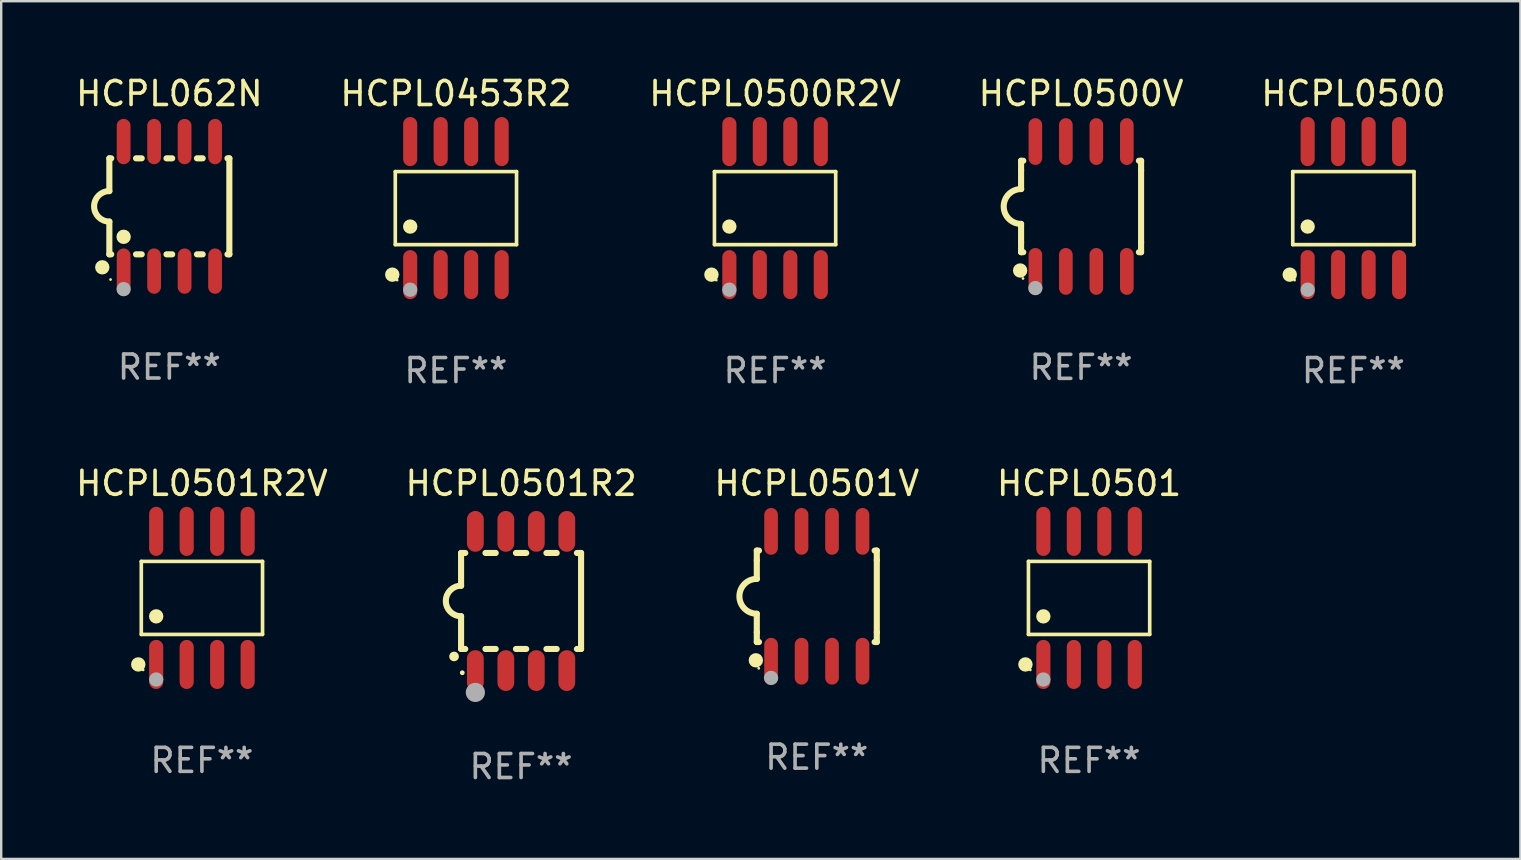
<source format=kicad_pcb>
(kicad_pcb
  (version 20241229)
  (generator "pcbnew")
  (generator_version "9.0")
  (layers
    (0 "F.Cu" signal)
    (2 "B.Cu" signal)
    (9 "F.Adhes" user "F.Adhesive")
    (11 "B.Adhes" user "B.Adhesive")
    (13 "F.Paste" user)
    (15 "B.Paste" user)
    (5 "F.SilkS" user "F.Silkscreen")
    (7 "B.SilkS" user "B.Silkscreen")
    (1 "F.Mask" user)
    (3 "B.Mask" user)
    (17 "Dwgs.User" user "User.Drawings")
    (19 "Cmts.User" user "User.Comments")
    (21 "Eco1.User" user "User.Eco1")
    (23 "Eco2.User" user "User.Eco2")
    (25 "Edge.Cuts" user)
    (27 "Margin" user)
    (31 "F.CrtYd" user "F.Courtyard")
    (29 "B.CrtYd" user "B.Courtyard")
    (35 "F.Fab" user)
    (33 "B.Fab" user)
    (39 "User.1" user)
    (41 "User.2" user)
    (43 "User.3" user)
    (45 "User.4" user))
  (footprint "HCPL062N"
    (layer "F.Cu")
    (at 4.006 5.547)
    (property "Reference" "HCPL062N" (at 0 -4.699 0) (layer "F.SilkS") (effects (font (size 1 1) (thickness 0.15))))
    (attr through_hole)
    (fp_line (start -2.5 -2) (end -2.5 -0.635) (stroke (width 0.254) (type solid)) (layer "F.SilkS"))
    (fp_line (start -2.5 -2) (end -2.421 -2) (stroke (width 0.254) (type solid)) (layer "F.SilkS"))
    (fp_line (start -2.5 2) (end -2.5 0.635) (stroke (width 0.254) (type solid)) (layer "F.SilkS"))
    (fp_line (start -2.5 2) (end -2.421 2) (stroke (width 0.254) (type solid)) (layer "F.SilkS"))
    (fp_line (start -1.389 -2) (end -1.151 -2) (stroke (width 0.254) (type solid)) (layer "F.SilkS"))
    (fp_line (start -1.389 2) (end -1.151 2) (stroke (width 0.254) (type solid)) (layer "F.SilkS"))
    (fp_line (start -0.119 -2) (end 0.119 -2) (stroke (width 0.254) (type solid)) (layer "F.SilkS"))
    (fp_line (start -0.119 2) (end 0.119 2) (stroke (width 0.254) (type solid)) (layer "F.SilkS"))
    (fp_line (start 1.151 -2) (end 1.389 -2) (stroke (width 0.254) (type solid)) (layer "F.SilkS"))
    (fp_line (start 1.151 2) (end 1.389 2) (stroke (width 0.254) (type solid)) (layer "F.SilkS"))
    (fp_line (start 2.421 -2) (end 2.5 -2) (stroke (width 0.254) (type solid)) (layer "F.SilkS"))
    (fp_line (start 2.421 2) (end 2.5 2) (stroke (width 0.254) (type solid)) (layer "F.SilkS"))
    (fp_line (start 2.5 -2) (end 2.5 2) (stroke (width 0.254) (type solid)) (layer "F.SilkS"))
    (fp_arc (start -2.5 0.635001) (mid -3.134366 -0.000318) (end -2.499365 -0.635001) (stroke (width 0.254001) (type solid)) (layer "F.SilkS"))
    (fp_circle (center -2.794 2.54) (end -2.644 2.54) (stroke (width 0.3) (type solid)) (fill no) (layer "F.SilkS"))
    (fp_circle (center -2.45 3.05) (end -2.42 3.05) (stroke (width 0.06) (type solid)) (fill no) (layer "F.SilkS"))
    (fp_circle (center -1.905 1.27) (end -1.755 1.27) (stroke (width 0.3) (type solid)) (fill no) (layer "F.SilkS"))
    (fp_circle (center -1.905 3.45) (end -1.755 3.45) (stroke (width 0.3) (type solid)) (fill no) (layer "F.Fab"))
    (fp_text user "REF**" (at 0 6.699 0) (layer "F.Fab") (effects (font (size 1 1) (thickness 0.15))))
    (pad "1" smd oval (at -1.905 2.699) (size 0.574 1.888) (layers "F.Cu" "F.Mask" "F.Paste"))
    (pad "2" smd oval (at -0.635 2.699) (size 0.574 1.888) (layers "F.Cu" "F.Mask" "F.Paste"))
    (pad "3" smd oval (at 0.635 2.699) (size 0.574 1.888) (layers "F.Cu" "F.Mask" "F.Paste"))
    (pad "4" smd oval (at 1.905 2.699) (size 0.574 1.888) (layers "F.Cu" "F.Mask" "F.Paste"))
    (pad "5" smd oval (at 1.905 -2.699) (size 0.574 1.888) (layers "F.Cu" "F.Mask" "F.Paste"))
    (pad "6" smd oval (at 0.635 -2.699) (size 0.574 1.888) (layers "F.Cu" "F.Mask" "F.Paste"))
    (pad "7" smd oval (at -0.635 -2.699) (size 0.574 1.888) (layers "F.Cu" "F.Mask" "F.Paste"))
    (pad "8" smd oval (at -1.905 -2.699) (size 0.574 1.888) (layers "F.Cu" "F.Mask" "F.Paste")))
  (footprint "HCPL0500V"
    (layer "F.Cu")
    (at 41.994 5.553)
    (property "Reference" "HCPL0500V" (at 0 -4.705 0) (layer "F.SilkS") (effects (font (size 1 1) (thickness 0.15))))
    (attr through_hole)
    (fp_line (start -2.5 -1.905) (end -2.409 -1.905) (stroke (width 0.254) (type solid)) (layer "F.SilkS"))
    (fp_line (start -2.5 -1.5) (end -2.5 -1.905) (stroke (width 0.254) (type solid)) (layer "F.SilkS"))
    (fp_line (start -2.5 -1.5) (end -2.5 -0.726) (stroke (width 0.254) (type solid)) (layer "F.SilkS"))
    (fp_line (start -2.5 1.5) (end -2.5 0.727) (stroke (width 0.254) (type solid)) (layer "F.SilkS"))
    (fp_line (start -2.5 1.5) (end -2.5 1.905) (stroke (width 0.254) (type solid)) (layer "F.SilkS"))
    (fp_line (start -2.5 1.905) (end -2.409 1.905) (stroke (width 0.254) (type solid)) (layer "F.SilkS"))
    (fp_line (start 2.5 -1.905) (end 2.409 -1.905) (stroke (width 0.254) (type solid)) (layer "F.SilkS"))
    (fp_line (start 2.5 -1.5) (end 2.5 -1.905) (stroke (width 0.254) (type solid)) (layer "F.SilkS"))
    (fp_line (start 2.5 -1.5) (end 2.5 1.5) (stroke (width 0.254) (type solid)) (layer "F.SilkS"))
    (fp_line (start 2.5 1.5) (end 2.5 1.905) (stroke (width 0.254) (type solid)) (layer "F.SilkS"))
    (fp_line (start 2.5 1.905) (end 2.409 1.905) (stroke (width 0.254) (type solid)) (layer "F.SilkS"))
    (fp_arc (start -2.5 0.726568) (mid -3.220316 -0.0023) (end -2.495097 -0.726289) (stroke (width 0.254001) (type solid)) (layer "F.SilkS"))
    (fp_circle (center -2.54 2.667) (end -2.39 2.667) (stroke (width 0.3) (type solid)) (fill no) (layer "F.SilkS"))
    (fp_circle (center -2.42 3) (end -2.39 3) (stroke (width 0.06) (type solid)) (fill no) (layer "F.SilkS"))
    (fp_circle (center -1.905 3.4) (end -1.755 3.4) (stroke (width 0.3) (type solid)) (fill no) (layer "F.Fab"))
    (fp_text user "REF**" (at 0 6.705 0) (layer "F.Fab") (effects (font (size 1 1) (thickness 0.15))))
    (pad "1" smd oval (at -1.905 2.705) (size 0.568 1.95) (layers "F.Cu" "F.Mask" "F.Paste"))
    (pad "2" smd oval (at -0.635 2.705) (size 0.568 1.95) (layers "F.Cu" "F.Mask" "F.Paste"))
    (pad "3" smd oval (at 0.635 2.705) (size 0.568 1.95) (layers "F.Cu" "F.Mask" "F.Paste"))
    (pad "4" smd oval (at 1.905 2.705) (size 0.568 1.95) (layers "F.Cu" "F.Mask" "F.Paste"))
    (pad "5" smd oval (at 1.905 -2.705) (size 0.568 1.95) (layers "F.Cu" "F.Mask" "F.Paste"))
    (pad "6" smd oval (at 0.635 -2.705) (size 0.568 1.95) (layers "F.Cu" "F.Mask" "F.Paste"))
    (pad "7" smd oval (at -0.635 -2.705) (size 0.568 1.95) (layers "F.Cu" "F.Mask" "F.Paste"))
    (pad "8" smd oval (at -1.905 -2.705) (size 0.568 1.95) (layers "F.Cu" "F.Mask" "F.Paste")))
  (footprint "HCPL0500"
    (layer "F.Cu")
    (at 53.339 5.621)
    (property "Reference" "HCPL0500" (at 0 -4.772 0) (layer "F.SilkS") (effects (font (size 1 1) (thickness 0.15))))
    (attr through_hole)
    (fp_line (start -2.526 -1.521) (end 2.526 -1.521) (stroke (width 0.152) (type solid)) (layer "F.SilkS"))
    (fp_line (start -2.526 1.521) (end -2.526 -1.521) (stroke (width 0.152) (type solid)) (layer "F.SilkS"))
    (fp_line (start 2.526 -1.521) (end 2.526 1.521) (stroke (width 0.152) (type solid)) (layer "F.SilkS"))
    (fp_line (start 2.526 1.521) (end -2.526 1.521) (stroke (width 0.152) (type solid)) (layer "F.SilkS"))
    (fp_circle (center -2.652 2.772) (end -2.501 2.772) (stroke (width 0.3) (type solid)) (fill no) (layer "F.SilkS"))
    (fp_circle (center -2.45 3) (end -2.42 3) (stroke (width 0.06) (type solid)) (fill no) (layer "F.SilkS"))
    (fp_circle (center -1.905 0.769) (end -1.755 0.769) (stroke (width 0.3) (type solid)) (fill no) (layer "F.SilkS"))
    (fp_circle (center -1.905 3.4) (end -1.755 3.4) (stroke (width 0.3) (type solid)) (fill no) (layer "F.Fab"))
    (fp_text user "REF**" (at 0 6.772 0) (layer "F.Fab") (effects (font (size 1 1) (thickness 0.15))))
    (pad "1" smd oval (at -1.905 2.772) (size 0.588 2.045) (layers "F.Cu" "F.Mask" "F.Paste"))
    (pad "2" smd oval (at -0.635 2.772) (size 0.588 2.045) (layers "F.Cu" "F.Mask" "F.Paste"))
    (pad "3" smd oval (at 0.635 2.772) (size 0.588 2.045) (layers "F.Cu" "F.Mask" "F.Paste"))
    (pad "4" smd oval (at 1.905 2.772) (size 0.588 2.045) (layers "F.Cu" "F.Mask" "F.Paste"))
    (pad "5" smd oval (at 1.905 -2.772) (size 0.588 2.045) (layers "F.Cu" "F.Mask" "F.Paste"))
    (pad "6" smd oval (at 0.635 -2.772) (size 0.588 2.045) (layers "F.Cu" "F.Mask" "F.Paste"))
    (pad "7" smd oval (at -0.635 -2.772) (size 0.588 2.045) (layers "F.Cu" "F.Mask" "F.Paste"))
    (pad "8" smd oval (at -1.905 -2.772) (size 0.588 2.045) (layers "F.Cu" "F.Mask" "F.Paste")))
  (footprint "HCPL0501V"
    (layer "F.Cu")
    (at 30.982 21.795)
    (property "Reference" "HCPL0501V" (at 0 -4.705 0) (layer "F.SilkS") (effects (font (size 1 1) (thickness 0.15))))
    (attr through_hole)
    (fp_line (start -2.5 -1.905) (end -2.409 -1.905) (stroke (width 0.254) (type solid)) (layer "F.SilkS"))
    (fp_line (start -2.5 -1.5) (end -2.5 -1.905) (stroke (width 0.254) (type solid)) (layer "F.SilkS"))
    (fp_line (start -2.5 -1.5) (end -2.5 -0.726) (stroke (width 0.254) (type solid)) (layer "F.SilkS"))
    (fp_line (start -2.5 1.5) (end -2.5 0.727) (stroke (width 0.254) (type solid)) (layer "F.SilkS"))
    (fp_line (start -2.5 1.5) (end -2.5 1.905) (stroke (width 0.254) (type solid)) (layer "F.SilkS"))
    (fp_line (start -2.5 1.905) (end -2.409 1.905) (stroke (width 0.254) (type solid)) (layer "F.SilkS"))
    (fp_line (start 2.5 -1.905) (end 2.409 -1.905) (stroke (width 0.254) (type solid)) (layer "F.SilkS"))
    (fp_line (start 2.5 -1.5) (end 2.5 -1.905) (stroke (width 0.254) (type solid)) (layer "F.SilkS"))
    (fp_line (start 2.5 -1.5) (end 2.5 1.5) (stroke (width 0.254) (type solid)) (layer "F.SilkS"))
    (fp_line (start 2.5 1.5) (end 2.5 1.905) (stroke (width 0.254) (type solid)) (layer "F.SilkS"))
    (fp_line (start 2.5 1.905) (end 2.409 1.905) (stroke (width 0.254) (type solid)) (layer "F.SilkS"))
    (fp_arc (start -2.5 0.726568) (mid -3.220316 -0.0023) (end -2.495097 -0.726289) (stroke (width 0.254001) (type solid)) (layer "F.SilkS"))
    (fp_circle (center -2.54 2.667) (end -2.39 2.667) (stroke (width 0.3) (type solid)) (fill no) (layer "F.SilkS"))
    (fp_circle (center -2.42 3) (end -2.39 3) (stroke (width 0.06) (type solid)) (fill no) (layer "F.SilkS"))
    (fp_circle (center -1.905 3.4) (end -1.755 3.4) (stroke (width 0.3) (type solid)) (fill no) (layer "F.Fab"))
    (fp_text user "REF**" (at 0 6.705 0) (layer "F.Fab") (effects (font (size 1 1) (thickness 0.15))))
    (pad "1" smd oval (at -1.905 2.705) (size 0.568 1.95) (layers "F.Cu" "F.Mask" "F.Paste"))
    (pad "2" smd oval (at -0.635 2.705) (size 0.568 1.95) (layers "F.Cu" "F.Mask" "F.Paste"))
    (pad "3" smd oval (at 0.635 2.705) (size 0.568 1.95) (layers "F.Cu" "F.Mask" "F.Paste"))
    (pad "4" smd oval (at 1.905 2.705) (size 0.568 1.95) (layers "F.Cu" "F.Mask" "F.Paste"))
    (pad "5" smd oval (at 1.905 -2.705) (size 0.568 1.95) (layers "F.Cu" "F.Mask" "F.Paste"))
    (pad "6" smd oval (at 0.635 -2.705) (size 0.568 1.95) (layers "F.Cu" "F.Mask" "F.Paste"))
    (pad "7" smd oval (at -0.635 -2.705) (size 0.568 1.95) (layers "F.Cu" "F.Mask" "F.Paste"))
    (pad "8" smd oval (at -1.905 -2.705) (size 0.568 1.95) (layers "F.Cu" "F.Mask" "F.Paste")))
  (footprint "HCPL0501R2V"
    (layer "F.Cu")
    (at 5.363 21.862)
    (property "Reference" "HCPL0501R2V" (at 0 -4.772 0) (layer "F.SilkS") (effects (font (size 1 1) (thickness 0.15))))
    (attr through_hole)
    (fp_line (start -2.526 -1.521) (end 2.526 -1.521) (stroke (width 0.152) (type solid)) (layer "F.SilkS"))
    (fp_line (start -2.526 1.521) (end -2.526 -1.521) (stroke (width 0.152) (type solid)) (layer "F.SilkS"))
    (fp_line (start 2.526 -1.521) (end 2.526 1.521) (stroke (width 0.152) (type solid)) (layer "F.SilkS"))
    (fp_line (start 2.526 1.521) (end -2.526 1.521) (stroke (width 0.152) (type solid)) (layer "F.SilkS"))
    (fp_circle (center -2.652 2.772) (end -2.501 2.772) (stroke (width 0.3) (type solid)) (fill no) (layer "F.SilkS"))
    (fp_circle (center -2.45 3) (end -2.42 3) (stroke (width 0.06) (type solid)) (fill no) (layer "F.SilkS"))
    (fp_circle (center -1.905 0.769) (end -1.755 0.769) (stroke (width 0.3) (type solid)) (fill no) (layer "F.SilkS"))
    (fp_circle (center -1.905 3.4) (end -1.755 3.4) (stroke (width 0.3) (type solid)) (fill no) (layer "F.Fab"))
    (fp_text user "REF**" (at 0 6.772 0) (layer "F.Fab") (effects (font (size 1 1) (thickness 0.15))))
    (pad "1" smd oval (at -1.905 2.772) (size 0.588 2.045) (layers "F.Cu" "F.Mask" "F.Paste"))
    (pad "2" smd oval (at -0.635 2.772) (size 0.588 2.045) (layers "F.Cu" "F.Mask" "F.Paste"))
    (pad "3" smd oval (at 0.635 2.772) (size 0.588 2.045) (layers "F.Cu" "F.Mask" "F.Paste"))
    (pad "4" smd oval (at 1.905 2.772) (size 0.588 2.045) (layers "F.Cu" "F.Mask" "F.Paste"))
    (pad "5" smd oval (at 1.905 -2.772) (size 0.588 2.045) (layers "F.Cu" "F.Mask" "F.Paste"))
    (pad "6" smd oval (at 0.635 -2.772) (size 0.588 2.045) (layers "F.Cu" "F.Mask" "F.Paste"))
    (pad "7" smd oval (at -0.635 -2.772) (size 0.588 2.045) (layers "F.Cu" "F.Mask" "F.Paste"))
    (pad "8" smd oval (at -1.905 -2.772) (size 0.588 2.045) (layers "F.Cu" "F.Mask" "F.Paste")))
  (footprint "HCPL0500R2V"
    (layer "F.Cu")
    (at 29.244 5.621)
    (property "Reference" "HCPL0500R2V" (at 0 -4.772 0) (layer "F.SilkS") (effects (font (size 1 1) (thickness 0.15))))
    (attr through_hole)
    (fp_line (start -2.526 -1.521) (end 2.526 -1.521) (stroke (width 0.152) (type solid)) (layer "F.SilkS"))
    (fp_line (start -2.526 1.521) (end -2.526 -1.521) (stroke (width 0.152) (type solid)) (layer "F.SilkS"))
    (fp_line (start 2.526 -1.521) (end 2.526 1.521) (stroke (width 0.152) (type solid)) (layer "F.SilkS"))
    (fp_line (start 2.526 1.521) (end -2.526 1.521) (stroke (width 0.152) (type solid)) (layer "F.SilkS"))
    (fp_circle (center -2.652 2.772) (end -2.501 2.772) (stroke (width 0.3) (type solid)) (fill no) (layer "F.SilkS"))
    (fp_circle (center -2.45 3) (end -2.42 3) (stroke (width 0.06) (type solid)) (fill no) (layer "F.SilkS"))
    (fp_circle (center -1.905 0.769) (end -1.755 0.769) (stroke (width 0.3) (type solid)) (fill no) (layer "F.SilkS"))
    (fp_circle (center -1.905 3.4) (end -1.755 3.4) (stroke (width 0.3) (type solid)) (fill no) (layer "F.Fab"))
    (fp_text user "REF**" (at 0 6.772 0) (layer "F.Fab") (effects (font (size 1 1) (thickness 0.15))))
    (pad "1" smd oval (at -1.905 2.772) (size 0.588 2.045) (layers "F.Cu" "F.Mask" "F.Paste"))
    (pad "2" smd oval (at -0.635 2.772) (size 0.588 2.045) (layers "F.Cu" "F.Mask" "F.Paste"))
    (pad "3" smd oval (at 0.635 2.772) (size 0.588 2.045) (layers "F.Cu" "F.Mask" "F.Paste"))
    (pad "4" smd oval (at 1.905 2.772) (size 0.588 2.045) (layers "F.Cu" "F.Mask" "F.Paste"))
    (pad "5" smd oval (at 1.905 -2.772) (size 0.588 2.045) (layers "F.Cu" "F.Mask" "F.Paste"))
    (pad "6" smd oval (at 0.635 -2.772) (size 0.588 2.045) (layers "F.Cu" "F.Mask" "F.Paste"))
    (pad "7" smd oval (at -0.635 -2.772) (size 0.588 2.045) (layers "F.Cu" "F.Mask" "F.Paste"))
    (pad "8" smd oval (at -1.905 -2.772) (size 0.588 2.045) (layers "F.Cu" "F.Mask" "F.Paste")))
  (footprint "HCPL0501"
    (layer "F.Cu")
    (at 42.327 21.862)
    (property "Reference" "HCPL0501" (at 0 -4.772 0) (layer "F.SilkS") (effects (font (size 1 1) (thickness 0.15))))
    (attr through_hole)
    (fp_line (start -2.526 -1.521) (end 2.526 -1.521) (stroke (width 0.152) (type solid)) (layer "F.SilkS"))
    (fp_line (start -2.526 1.521) (end -2.526 -1.521) (stroke (width 0.152) (type solid)) (layer "F.SilkS"))
    (fp_line (start 2.526 -1.521) (end 2.526 1.521) (stroke (width 0.152) (type solid)) (layer "F.SilkS"))
    (fp_line (start 2.526 1.521) (end -2.526 1.521) (stroke (width 0.152) (type solid)) (layer "F.SilkS"))
    (fp_circle (center -2.652 2.772) (end -2.501 2.772) (stroke (width 0.3) (type solid)) (fill no) (layer "F.SilkS"))
    (fp_circle (center -2.45 3) (end -2.42 3) (stroke (width 0.06) (type solid)) (fill no) (layer "F.SilkS"))
    (fp_circle (center -1.905 0.769) (end -1.755 0.769) (stroke (width 0.3) (type solid)) (fill no) (layer "F.SilkS"))
    (fp_circle (center -1.905 3.4) (end -1.755 3.4) (stroke (width 0.3) (type solid)) (fill no) (layer "F.Fab"))
    (fp_text user "REF**" (at 0 6.772 0) (layer "F.Fab") (effects (font (size 1 1) (thickness 0.15))))
    (pad "1" smd oval (at -1.905 2.772) (size 0.588 2.045) (layers "F.Cu" "F.Mask" "F.Paste"))
    (pad "2" smd oval (at -0.635 2.772) (size 0.588 2.045) (layers "F.Cu" "F.Mask" "F.Paste"))
    (pad "3" smd oval (at 0.635 2.772) (size 0.588 2.045) (layers "F.Cu" "F.Mask" "F.Paste"))
    (pad "4" smd oval (at 1.905 2.772) (size 0.588 2.045) (layers "F.Cu" "F.Mask" "F.Paste"))
    (pad "5" smd oval (at 1.905 -2.772) (size 0.588 2.045) (layers "F.Cu" "F.Mask" "F.Paste"))
    (pad "6" smd oval (at 0.635 -2.772) (size 0.588 2.045) (layers "F.Cu" "F.Mask" "F.Paste"))
    (pad "7" smd oval (at -0.635 -2.772) (size 0.588 2.045) (layers "F.Cu" "F.Mask" "F.Paste"))
    (pad "8" smd oval (at -1.905 -2.772) (size 0.588 2.045) (layers "F.Cu" "F.Mask" "F.Paste")))
  (footprint "HCPL0501R2"
    (layer "F.Cu")
    (at 18.661 21.99)
    (property "Reference" "HCPL0501R2" (at 0 -4.9 0) (layer "F.SilkS") (effects (font (size 1 1) (thickness 0.15))))
    (attr through_hole)
    (fp_line (start -2.5 -2) (end -2.5 -0.635) (stroke (width 0.254) (type solid)) (layer "F.SilkS"))
    (fp_line (start -2.5 -2) (end -2.326 -2) (stroke (width 0.254) (type solid)) (layer "F.SilkS"))
    (fp_line (start -2.5 2) (end -2.5 0.635) (stroke (width 0.254) (type solid)) (layer "F.SilkS"))
    (fp_line (start -2.5 2) (end -2.326 2) (stroke (width 0.254) (type solid)) (layer "F.SilkS"))
    (fp_line (start -1.484 -2) (end -1.056 -2) (stroke (width 0.254) (type solid)) (layer "F.SilkS"))
    (fp_line (start -1.484 2) (end -1.056 2) (stroke (width 0.254) (type solid)) (layer "F.SilkS"))
    (fp_line (start -0.214 -2) (end 0.214 -2) (stroke (width 0.254) (type solid)) (layer "F.SilkS"))
    (fp_line (start -0.214 2) (end 0.214 2) (stroke (width 0.254) (type solid)) (layer "F.SilkS"))
    (fp_line (start 1.056 -2) (end 1.484 -2) (stroke (width 0.254) (type solid)) (layer "F.SilkS"))
    (fp_line (start 1.056 2) (end 1.484 2) (stroke (width 0.254) (type solid)) (layer "F.SilkS"))
    (fp_line (start 2.326 -2) (end 2.5 -2) (stroke (width 0.254) (type solid)) (layer "F.SilkS"))
    (fp_line (start 2.326 2) (end 2.5 2) (stroke (width 0.254) (type solid)) (layer "F.SilkS"))
    (fp_line (start 2.5 -2) (end 2.5 2) (stroke (width 0.254) (type solid)) (layer "F.SilkS"))
    (fp_arc (start -2.794006 2.311405) (mid -2.792736 2.311401) (end -2.791466 2.311405) (stroke (width 0.4) (type solid)) (layer "F.SilkS"))
    (fp_arc (start -2.5 0.635001) (mid -3.134366 -0.000318) (end -2.499365 -0.635001) (stroke (width 0.254001) (type solid)) (layer "F.SilkS"))
    (fp_circle (center -2.45 2.99) (end -2.4 2.99) (stroke (width 0.1) (type solid)) (fill no) (layer "F.SilkS"))
    (fp_circle (center -1.905 3.81) (end -1.705 3.81) (stroke (width 0.4) (type solid)) (fill no) (layer "F.Fab"))
    (fp_text user "REF**" (at 0 6.9 0) (layer "F.Fab") (effects (font (size 1 1) (thickness 0.15))))
    (pad "1" smd oval (at -1.905 2.9 180) (size 0.7 1.7) (layers "F.Cu" "F.Mask" "F.Paste"))
    (pad "2" smd oval (at -0.635 2.9 180) (size 0.7 1.7) (layers "F.Cu" "F.Mask" "F.Paste"))
    (pad "3" smd oval (at 0.635 2.9 180) (size 0.7 1.7) (layers "F.Cu" "F.Mask" "F.Paste"))
    (pad "4" smd oval (at 1.905 2.9 180) (size 0.7 1.7) (layers "F.Cu" "F.Mask" "F.Paste"))
    (pad "5" smd oval (at 1.905 -2.9 180) (size 0.7 1.7) (layers "F.Cu" "F.Mask" "F.Paste"))
    (pad "6" smd oval (at 0.635 -2.9 180) (size 0.7 1.7) (layers "F.Cu" "F.Mask" "F.Paste"))
    (pad "7" smd oval (at -0.635 -2.9 180) (size 0.7 1.7) (layers "F.Cu" "F.Mask" "F.Paste"))
    (pad "8" smd oval (at -1.905 -2.9 180) (size 0.7 1.7) (layers "F.Cu" "F.Mask" "F.Paste")))
  (footprint "HCPL0453R2"
    (layer "F.Cu")
    (at 15.946 5.621)
    (property "Reference" "HCPL0453R2" (at 0 -4.772 0) (layer "F.SilkS") (effects (font (size 1 1) (thickness 0.15))))
    (attr through_hole)
    (fp_line (start -2.526 -1.521) (end 2.526 -1.521) (stroke (width 0.152) (type solid)) (layer "F.SilkS"))
    (fp_line (start -2.526 1.521) (end -2.526 -1.521) (stroke (width 0.152) (type solid)) (layer "F.SilkS"))
    (fp_line (start 2.526 -1.521) (end 2.526 1.521) (stroke (width 0.152) (type solid)) (layer "F.SilkS"))
    (fp_line (start 2.526 1.521) (end -2.526 1.521) (stroke (width 0.152) (type solid)) (layer "F.SilkS"))
    (fp_circle (center -2.652 2.772) (end -2.501 2.772) (stroke (width 0.3) (type solid)) (fill no) (layer "F.SilkS"))
    (fp_circle (center -2.45 3) (end -2.42 3) (stroke (width 0.06) (type solid)) (fill no) (layer "F.SilkS"))
    (fp_circle (center -1.905 0.769) (end -1.755 0.769) (stroke (width 0.3) (type solid)) (fill no) (layer "F.SilkS"))
    (fp_circle (center -1.905 3.4) (end -1.755 3.4) (stroke (width 0.3) (type solid)) (fill no) (layer "F.Fab"))
    (fp_text user "REF**" (at 0 6.772 0) (layer "F.Fab") (effects (font (size 1 1) (thickness 0.15))))
    (pad "1" smd oval (at -1.905 2.772) (size 0.588 2.045) (layers "F.Cu" "F.Mask" "F.Paste"))
    (pad "2" smd oval (at -0.635 2.772) (size 0.588 2.045) (layers "F.Cu" "F.Mask" "F.Paste"))
    (pad "3" smd oval (at 0.635 2.772) (size 0.588 2.045) (layers "F.Cu" "F.Mask" "F.Paste"))
    (pad "4" smd oval (at 1.905 2.772) (size 0.588 2.045) (layers "F.Cu" "F.Mask" "F.Paste"))
    (pad "5" smd oval (at 1.905 -2.772) (size 0.588 2.045) (layers "F.Cu" "F.Mask" "F.Paste"))
    (pad "6" smd oval (at 0.635 -2.772) (size 0.588 2.045) (layers "F.Cu" "F.Mask" "F.Paste"))
    (pad "7" smd oval (at -0.635 -2.772) (size 0.588 2.045) (layers "F.Cu" "F.Mask" "F.Paste"))
    (pad "8" smd oval (at -1.905 -2.772) (size 0.588 2.045) (layers "F.Cu" "F.Mask" "F.Paste")))
  (gr_rect
    (start -3 -3)
    (end 60.298 32.738)
    (stroke (width 0.1) (type default))
    (fill no)
    (layer "Edge.Cuts")))
</source>
